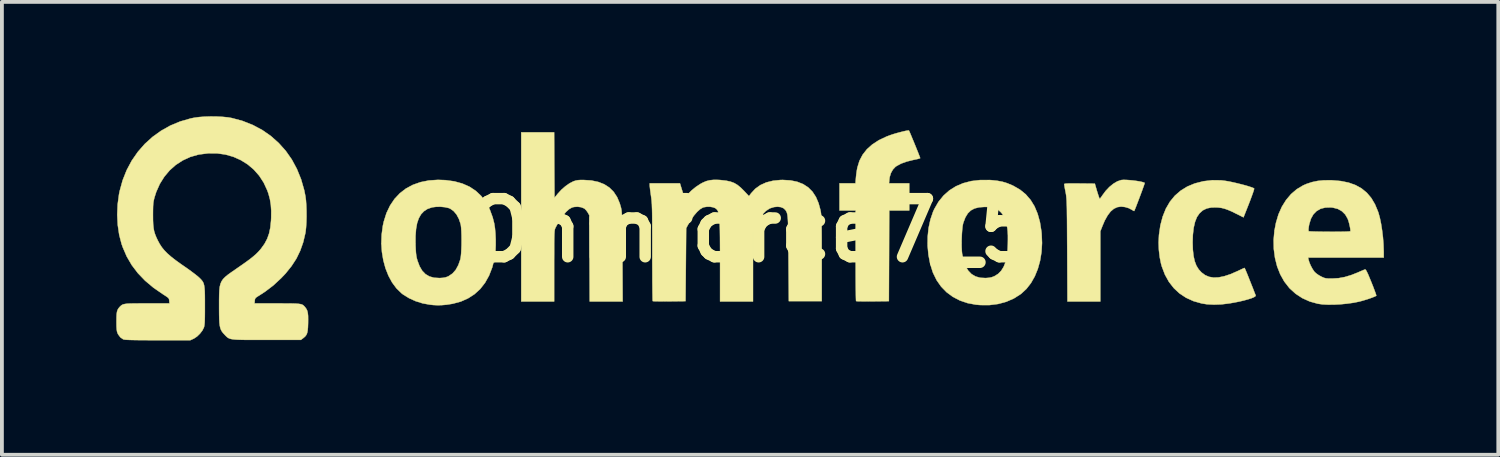
<source format=kicad_pcb>
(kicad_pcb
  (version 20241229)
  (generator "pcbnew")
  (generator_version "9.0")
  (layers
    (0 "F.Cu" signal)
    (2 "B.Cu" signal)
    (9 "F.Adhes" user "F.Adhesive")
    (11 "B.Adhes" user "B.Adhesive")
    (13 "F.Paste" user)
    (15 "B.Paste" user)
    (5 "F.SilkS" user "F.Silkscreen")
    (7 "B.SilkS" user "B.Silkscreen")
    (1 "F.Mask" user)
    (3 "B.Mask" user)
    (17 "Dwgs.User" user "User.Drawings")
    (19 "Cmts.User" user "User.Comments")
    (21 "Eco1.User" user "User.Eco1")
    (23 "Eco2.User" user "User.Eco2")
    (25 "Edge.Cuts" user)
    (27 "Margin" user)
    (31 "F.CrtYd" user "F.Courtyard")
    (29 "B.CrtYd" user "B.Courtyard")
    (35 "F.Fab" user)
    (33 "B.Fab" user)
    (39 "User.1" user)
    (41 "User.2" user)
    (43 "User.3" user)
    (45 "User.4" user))
  (footprint "Ohmforce7_5"
    (layer "F.Cu")
    (at 16.667 2.995)
    (property "Reference" "Ohmforce7_5" (at 0 0 0) (layer "F.SilkS") (effects (font (size 1.524 1.524) (thickness 0.3))))
    (attr through_hole)
    (fp_poly (pts (xy -5.178 -1.716) (xy -5.173 -0.859) (xy -5.08 -0.972) (xy -4.988 -1.072) (xy -4.884 -1.162) (xy -4.778 -1.236) (xy -4.678 -1.288) (xy -4.674 -1.289) (xy -4.617 -1.308) (xy -4.559 -1.319) (xy -4.486 -1.324) (xy -4.411 -1.324) (xy -4.207 -1.311) (xy -4.026 -1.273) (xy -3.869 -1.212) (xy -3.734 -1.125) (xy -3.622 -1.014) (xy -3.531 -0.876) (xy -3.462 -0.713) (xy -3.427 -0.593) (xy -3.422 -0.565) (xy -3.416 -0.534) (xy -3.412 -0.496) (xy -3.408 -0.45) (xy -3.405 -0.393) (xy -3.402 -0.322) (xy -3.4 -0.234) (xy -3.398 -0.127) (xy -3.396 0.002) (xy -3.395 0.155) (xy -3.393 0.335) (xy -3.392 0.544) (xy -3.391 0.699) (xy -3.385 1.863) (xy -4.249 1.863) (xy -4.254 0.732) (xy -4.259 -0.398) (xy -4.301 -0.473) (xy -4.338 -0.525) (xy -4.38 -0.568) (xy -4.398 -0.58) (xy -4.477 -0.611) (xy -4.571 -0.623) (xy -4.664 -0.616) (xy -4.715 -0.602) (xy -4.79 -0.559) (xy -4.871 -0.486) (xy -4.955 -0.385) (xy -5.04 -0.26) (xy -5.124 -0.114) (xy -5.146 -0.073) (xy -5.153 -0.057) (xy -5.16 -0.04) (xy -5.165 -0.019) (xy -5.17 0.008) (xy -5.173 0.045) (xy -5.176 0.093) (xy -5.178 0.157) (xy -5.18 0.238) (xy -5.181 0.341) (xy -5.181 0.466) (xy -5.181 0.618) (xy -5.182 0.8) (xy -5.182 0.931) (xy -5.182 1.863) (xy -6.045 1.863) (xy -6.045 -2.574) (xy -5.182 -2.574) (xy -5.178 -1.716)) (stroke (width 0.01) (type solid)) (fill yes) (layer "F.SilkS"))
    (fp_poly (pts (xy 4.123 -2.622) (xy 4.132 -2.604) (xy 4.152 -2.56) (xy 4.179 -2.496) (xy 4.212 -2.416) (xy 4.249 -2.328) (xy 4.287 -2.235) (xy 4.324 -2.143) (xy 4.358 -2.059) (xy 4.386 -1.987) (xy 4.407 -1.933) (xy 4.418 -1.902) (xy 4.42 -1.897) (xy 4.404 -1.89) (xy 4.362 -1.877) (xy 4.299 -1.863) (xy 4.229 -1.848) (xy 4.064 -1.807) (xy 3.92 -1.755) (xy 3.803 -1.692) (xy 3.77 -1.669) (xy 3.704 -1.599) (xy 3.652 -1.507) (xy 3.619 -1.401) (xy 3.611 -1.344) (xy 3.602 -1.236) (xy 4.132 -1.236) (xy 4.132 -0.525) (xy 3.607 -0.525) (xy 3.603 0.665) (xy 3.598 1.854) (xy 3.174 1.859) (xy 3.057 1.86) (xy 2.952 1.859) (xy 2.863 1.858) (xy 2.794 1.857) (xy 2.751 1.854) (xy 2.738 1.852) (xy 2.736 1.833) (xy 2.734 1.784) (xy 2.732 1.706) (xy 2.731 1.602) (xy 2.729 1.476) (xy 2.728 1.329) (xy 2.727 1.165) (xy 2.727 0.987) (xy 2.726 0.796) (xy 2.726 0.658) (xy 2.726 -0.525) (xy 2.303 -0.525) (xy 2.303 -1.236) (xy 2.513 -1.236) (xy 2.722 -1.236) (xy 2.734 -1.384) (xy 2.743 -1.472) (xy 2.756 -1.564) (xy 2.77 -1.643) (xy 2.772 -1.651) (xy 2.826 -1.827) (xy 2.909 -1.986) (xy 3.021 -2.129) (xy 3.163 -2.256) (xy 3.334 -2.367) (xy 3.536 -2.463) (xy 3.641 -2.502) (xy 3.716 -2.527) (xy 3.8 -2.552) (xy 3.886 -2.575) (xy 3.968 -2.596) (xy 4.038 -2.612) (xy 4.091 -2.621) (xy 4.12 -2.623) (xy 4.123 -2.622)) (stroke (width 0.01) (type solid)) (fill yes) (layer "F.SilkS"))
    (fp_poly (pts (xy 9.821 -1.326) (xy 9.909 -1.32) (xy 10.003 -1.311) (xy 10.095 -1.299) (xy 10.18 -1.285) (xy 10.248 -1.27) (xy 10.294 -1.255) (xy 10.308 -1.247) (xy 10.304 -1.23) (xy 10.29 -1.187) (xy 10.267 -1.123) (xy 10.239 -1.044) (xy 10.206 -0.955) (xy 10.171 -0.862) (xy 10.136 -0.77) (xy 10.103 -0.684) (xy 10.074 -0.609) (xy 10.051 -0.552) (xy 10.036 -0.518) (xy 10.032 -0.51) (xy 10.016 -0.515) (xy 9.984 -0.535) (xy 9.973 -0.542) (xy 9.891 -0.585) (xy 9.792 -0.615) (xy 9.692 -0.626) (xy 9.687 -0.626) (xy 9.589 -0.612) (xy 9.498 -0.569) (xy 9.413 -0.497) (xy 9.335 -0.394) (xy 9.26 -0.26) (xy 9.202 -0.124) (xy 9.144 0.023) (xy 9.144 1.863) (xy 8.282 1.863) (xy 8.276 0.521) (xy 8.274 0.275) (xy 8.273 0.061) (xy 8.272 -0.125) (xy 8.271 -0.284) (xy 8.269 -0.419) (xy 8.268 -0.533) (xy 8.266 -0.629) (xy 8.263 -0.708) (xy 8.261 -0.773) (xy 8.257 -0.828) (xy 8.253 -0.873) (xy 8.249 -0.912) (xy 8.244 -0.948) (xy 8.238 -0.983) (xy 8.233 -1.008) (xy 8.218 -1.084) (xy 8.206 -1.15) (xy 8.199 -1.197) (xy 8.196 -1.215) (xy 8.203 -1.222) (xy 8.226 -1.227) (xy 8.268 -1.231) (xy 8.332 -1.233) (xy 8.423 -1.233) (xy 8.543 -1.233) (xy 8.598 -1.232) (xy 9 -1.228) (xy 9.058 -1.029) (xy 9.082 -0.953) (xy 9.103 -0.89) (xy 9.118 -0.847) (xy 9.128 -0.83) (xy 9.128 -0.83) (xy 9.142 -0.843) (xy 9.168 -0.877) (xy 9.195 -0.917) (xy 9.283 -1.036) (xy 9.381 -1.14) (xy 9.485 -1.225) (xy 9.589 -1.287) (xy 9.687 -1.321) (xy 9.692 -1.322) (xy 9.746 -1.327) (xy 9.821 -1.326)) (stroke (width 0.01) (type solid)) (fill yes) (layer "F.SilkS"))
    (fp_poly (pts (xy 12.311 -1.315) (xy 12.417 -1.302) (xy 12.508 -1.287) (xy 12.61 -1.266) (xy 12.719 -1.241) (xy 12.828 -1.214) (xy 12.932 -1.187) (xy 13.025 -1.16) (xy 13.101 -1.135) (xy 13.155 -1.115) (xy 13.179 -1.101) (xy 13.177 -1.083) (xy 13.164 -1.037) (xy 13.141 -0.969) (xy 13.11 -0.884) (xy 13.073 -0.784) (xy 13.047 -0.716) (xy 12.9 -0.344) (xy 12.71 -0.439) (xy 12.591 -0.498) (xy 12.492 -0.54) (xy 12.408 -0.57) (xy 12.329 -0.59) (xy 12.25 -0.601) (xy 12.199 -0.605) (xy 12.058 -0.603) (xy 11.936 -0.578) (xy 11.833 -0.528) (xy 11.748 -0.453) (xy 11.679 -0.353) (xy 11.628 -0.225) (xy 11.592 -0.068) (xy 11.571 0.117) (xy 11.565 0.314) (xy 11.571 0.505) (xy 11.589 0.668) (xy 11.619 0.805) (xy 11.663 0.921) (xy 11.723 1.019) (xy 11.798 1.101) (xy 11.892 1.171) (xy 11.997 1.216) (xy 12.115 1.236) (xy 12.246 1.231) (xy 12.394 1.201) (xy 12.56 1.146) (xy 12.746 1.065) (xy 12.761 1.058) (xy 12.828 1.026) (xy 12.882 1.001) (xy 12.917 0.986) (xy 12.927 0.982) (xy 12.935 0.997) (xy 12.954 1.039) (xy 12.981 1.104) (xy 13.015 1.187) (xy 13.053 1.283) (xy 13.073 1.333) (xy 13.114 1.436) (xy 13.151 1.529) (xy 13.181 1.608) (xy 13.204 1.666) (xy 13.218 1.7) (xy 13.22 1.706) (xy 13.211 1.726) (xy 13.172 1.751) (xy 13.107 1.778) (xy 13.018 1.806) (xy 12.91 1.836) (xy 12.786 1.865) (xy 12.649 1.892) (xy 12.529 1.913) (xy 12.325 1.938) (xy 12.126 1.945) (xy 11.942 1.936) (xy 11.803 1.914) (xy 11.588 1.853) (xy 11.394 1.765) (xy 11.221 1.651) (xy 11.071 1.511) (xy 10.943 1.347) (xy 10.839 1.159) (xy 10.758 0.946) (xy 10.737 0.872) (xy 10.702 0.701) (xy 10.68 0.512) (xy 10.673 0.318) (xy 10.682 0.131) (xy 10.682 0.123) (xy 10.719 -0.133) (xy 10.78 -0.364) (xy 10.863 -0.571) (xy 10.969 -0.753) (xy 11.098 -0.911) (xy 11.25 -1.043) (xy 11.424 -1.151) (xy 11.621 -1.233) (xy 11.625 -1.234) (xy 11.848 -1.291) (xy 12.08 -1.318) (xy 12.311 -1.315)) (stroke (width 0.01) (type solid)) (fill yes) (layer "F.SilkS"))
    (fp_poly (pts (xy -8.032 -1.32) (xy -7.8 -1.288) (xy -7.59 -1.23) (xy -7.402 -1.147) (xy -7.237 -1.038) (xy -7.094 -0.903) (xy -6.972 -0.743) (xy -6.873 -0.557) (xy -6.795 -0.345) (xy -6.754 -0.185) (xy -6.735 -0.065) (xy -6.722 0.078) (xy -6.715 0.232) (xy -6.715 0.389) (xy -6.721 0.538) (xy -6.734 0.669) (xy -6.744 0.73) (xy -6.806 0.969) (xy -6.889 1.183) (xy -6.994 1.371) (xy -7.121 1.534) (xy -7.27 1.67) (xy -7.44 1.78) (xy -7.631 1.865) (xy -7.844 1.922) (xy -8.001 1.947) (xy -8.125 1.958) (xy -8.235 1.961) (xy -8.347 1.956) (xy -8.441 1.946) (xy -8.629 1.912) (xy -8.815 1.854) (xy -8.989 1.775) (xy -9.143 1.68) (xy -9.188 1.645) (xy -9.319 1.517) (xy -9.433 1.363) (xy -9.528 1.187) (xy -9.605 0.993) (xy -9.662 0.784) (xy -9.699 0.564) (xy -9.713 0.353) (xy -8.819 0.353) (xy -8.818 0.378) (xy -8.813 0.494) (xy -8.807 0.583) (xy -8.799 0.656) (xy -8.787 0.719) (xy -8.77 0.782) (xy -8.768 0.789) (xy -8.712 0.938) (xy -8.643 1.056) (xy -8.557 1.145) (xy -8.454 1.206) (xy -8.333 1.24) (xy -8.192 1.248) (xy -8.179 1.248) (xy -8.094 1.242) (xy -8.03 1.23) (xy -7.974 1.21) (xy -7.949 1.198) (xy -7.848 1.129) (xy -7.763 1.033) (xy -7.695 0.908) (xy -7.643 0.761) (xy -7.631 0.7) (xy -7.622 0.613) (xy -7.616 0.506) (xy -7.611 0.387) (xy -7.61 0.262) (xy -7.611 0.139) (xy -7.615 0.025) (xy -7.621 -0.072) (xy -7.63 -0.147) (xy -7.635 -0.169) (xy -7.681 -0.305) (xy -7.743 -0.42) (xy -7.82 -0.51) (xy -7.908 -0.572) (xy -7.953 -0.59) (xy -8.047 -0.611) (xy -8.159 -0.622) (xy -8.273 -0.621) (xy -8.375 -0.608) (xy -8.395 -0.603) (xy -8.506 -0.564) (xy -8.598 -0.504) (xy -8.673 -0.424) (xy -8.732 -0.321) (xy -8.776 -0.194) (xy -8.804 -0.04) (xy -8.818 0.142) (xy -8.819 0.353) (xy -9.713 0.353) (xy -9.714 0.338) (xy -9.706 0.108) (xy -9.675 -0.122) (xy -9.65 -0.235) (xy -9.58 -0.456) (xy -9.486 -0.653) (xy -9.369 -0.827) (xy -9.23 -0.975) (xy -9.07 -1.099) (xy -8.889 -1.196) (xy -8.688 -1.267) (xy -8.469 -1.311) (xy -8.231 -1.327) (xy -8.032 -1.32)) (stroke (width 0.01) (type solid)) (fill yes) (layer "F.SilkS"))
    (fp_poly (pts (xy 6.286 -1.32) (xy 6.443 -1.303) (xy 6.58 -1.277) (xy 6.71 -1.236) (xy 6.846 -1.179) (xy 6.866 -1.169) (xy 7.039 -1.069) (xy 7.188 -0.947) (xy 7.314 -0.802) (xy 7.418 -0.633) (xy 7.499 -0.439) (xy 7.56 -0.22) (xy 7.599 0.025) (xy 7.605 0.084) (xy 7.615 0.329) (xy 7.601 0.567) (xy 7.564 0.794) (xy 7.505 1.007) (xy 7.425 1.203) (xy 7.325 1.379) (xy 7.206 1.532) (xy 7.069 1.659) (xy 7.056 1.669) (xy 6.875 1.784) (xy 6.677 1.87) (xy 6.463 1.928) (xy 6.235 1.957) (xy 5.994 1.956) (xy 5.88 1.946) (xy 5.661 1.905) (xy 5.459 1.836) (xy 5.275 1.74) (xy 5.111 1.619) (xy 4.969 1.473) (xy 4.851 1.305) (xy 4.758 1.115) (xy 4.748 1.09) (xy 4.68 0.871) (xy 4.636 0.64) (xy 4.614 0.402) (xy 4.615 0.329) (xy 5.505 0.329) (xy 5.507 0.443) (xy 5.512 0.542) (xy 5.519 0.61) (xy 5.556 0.787) (xy 5.609 0.935) (xy 5.679 1.054) (xy 5.766 1.144) (xy 5.871 1.206) (xy 5.994 1.241) (xy 6.135 1.248) (xy 6.14 1.248) (xy 6.227 1.241) (xy 6.295 1.227) (xy 6.36 1.202) (xy 6.372 1.196) (xy 6.466 1.137) (xy 6.544 1.057) (xy 6.608 0.954) (xy 6.661 0.822) (xy 6.681 0.754) (xy 6.694 0.688) (xy 6.705 0.597) (xy 6.713 0.487) (xy 6.718 0.368) (xy 6.72 0.247) (xy 6.72 0.132) (xy 6.715 0.03) (xy 6.707 -0.05) (xy 6.707 -0.051) (xy 6.681 -0.187) (xy 6.649 -0.296) (xy 6.607 -0.384) (xy 6.553 -0.458) (xy 6.529 -0.483) (xy 6.466 -0.539) (xy 6.399 -0.577) (xy 6.322 -0.602) (xy 6.227 -0.615) (xy 6.113 -0.618) (xy 5.967 -0.608) (xy 5.846 -0.578) (xy 5.748 -0.526) (xy 5.668 -0.448) (xy 5.604 -0.343) (xy 5.553 -0.209) (xy 5.544 -0.178) (xy 5.531 -0.112) (xy 5.521 -0.02) (xy 5.513 0.089) (xy 5.508 0.208) (xy 5.505 0.329) (xy 4.615 0.329) (xy 4.616 0.165) (xy 4.64 -0.067) (xy 4.688 -0.288) (xy 4.757 -0.491) (xy 4.791 -0.565) (xy 4.9 -0.753) (xy 5.031 -0.914) (xy 5.182 -1.049) (xy 5.355 -1.158) (xy 5.547 -1.24) (xy 5.759 -1.295) (xy 5.989 -1.322) (xy 6.239 -1.323) (xy 6.286 -1.32)) (stroke (width 0.01) (type solid)) (fill yes) (layer "F.SilkS"))
    (fp_poly (pts (xy 15.223 -1.316) (xy 15.454 -1.296) (xy 15.659 -1.254) (xy 15.84 -1.189) (xy 15.998 -1.101) (xy 16.135 -0.988) (xy 16.252 -0.85) (xy 16.349 -0.685) (xy 16.429 -0.493) (xy 16.441 -0.458) (xy 16.476 -0.329) (xy 16.508 -0.175) (xy 16.535 -0.003) (xy 16.557 0.178) (xy 16.571 0.359) (xy 16.577 0.533) (xy 16.578 0.563) (xy 16.578 0.711) (xy 14.594 0.711) (xy 14.605 0.766) (xy 14.627 0.839) (xy 14.664 0.925) (xy 14.709 1.008) (xy 14.755 1.076) (xy 14.765 1.088) (xy 14.809 1.128) (xy 14.87 1.171) (xy 14.932 1.206) (xy 14.984 1.231) (xy 15.026 1.247) (xy 15.069 1.256) (xy 15.123 1.26) (xy 15.196 1.261) (xy 15.231 1.261) (xy 15.395 1.251) (xy 15.557 1.221) (xy 15.727 1.17) (xy 15.901 1.101) (xy 15.971 1.07) (xy 16.031 1.045) (xy 16.073 1.027) (xy 16.088 1.022) (xy 16.1 1.026) (xy 16.115 1.045) (xy 16.136 1.084) (xy 16.165 1.144) (xy 16.201 1.23) (xy 16.248 1.344) (xy 16.253 1.356) (xy 16.293 1.456) (xy 16.327 1.546) (xy 16.355 1.621) (xy 16.374 1.676) (xy 16.383 1.707) (xy 16.383 1.711) (xy 16.362 1.724) (xy 16.315 1.744) (xy 16.25 1.769) (xy 16.173 1.796) (xy 16.09 1.822) (xy 16.009 1.846) (xy 15.937 1.865) (xy 15.785 1.896) (xy 15.619 1.919) (xy 15.447 1.936) (xy 15.277 1.945) (xy 15.116 1.946) (xy 14.972 1.939) (xy 14.853 1.922) (xy 14.851 1.922) (xy 14.638 1.863) (xy 14.443 1.775) (xy 14.267 1.66) (xy 14.11 1.518) (xy 14.097 1.503) (xy 13.968 1.337) (xy 13.863 1.149) (xy 13.782 0.943) (xy 13.726 0.721) (xy 13.695 0.488) (xy 13.69 0.247) (xy 13.712 0.001) (xy 13.714 -0.006) (xy 14.603 -0.006) (xy 14.605 0.018) (xy 14.606 0.018) (xy 14.624 0.022) (xy 14.672 0.025) (xy 14.744 0.028) (xy 14.834 0.03) (xy 14.939 0.032) (xy 15.053 0.033) (xy 15.171 0.034) (xy 15.289 0.034) (xy 15.401 0.033) (xy 15.502 0.032) (xy 15.588 0.03) (xy 15.653 0.027) (xy 15.693 0.023) (xy 15.703 0.021) (xy 15.705 -0.005) (xy 15.699 -0.054) (xy 15.687 -0.117) (xy 15.671 -0.185) (xy 15.653 -0.25) (xy 15.634 -0.303) (xy 15.633 -0.307) (xy 15.568 -0.419) (xy 15.481 -0.505) (xy 15.373 -0.566) (xy 15.244 -0.599) (xy 15.19 -0.605) (xy 15.047 -0.601) (xy 14.923 -0.57) (xy 14.818 -0.51) (xy 14.733 -0.424) (xy 14.669 -0.31) (xy 14.625 -0.17) (xy 14.614 -0.113) (xy 14.606 -0.053) (xy 14.603 -0.006) (xy 13.714 -0.006) (xy 13.751 -0.2) (xy 13.817 -0.422) (xy 13.906 -0.622) (xy 14.017 -0.8) (xy 14.147 -0.954) (xy 14.297 -1.082) (xy 14.464 -1.182) (xy 14.553 -1.221) (xy 14.696 -1.268) (xy 14.843 -1.299) (xy 15.001 -1.315) (xy 15.18 -1.317) (xy 15.223 -1.316)) (stroke (width 0.01) (type solid)) (fill yes) (layer "F.SilkS"))
    (fp_poly (pts (xy -0.868 -1.326) (xy -0.805 -1.321) (xy -0.667 -1.305) (xy -0.554 -1.28) (xy -0.458 -1.244) (xy -0.371 -1.192) (xy -0.284 -1.12) (xy -0.199 -1.035) (xy -0.072 -0.9) (xy -0.015 -0.976) (xy 0.095 -1.095) (xy 0.228 -1.19) (xy 0.383 -1.26) (xy 0.56 -1.304) (xy 0.757 -1.324) (xy 0.813 -1.325) (xy 1.015 -1.313) (xy 1.193 -1.277) (xy 1.348 -1.216) (xy 1.481 -1.13) (xy 1.593 -1.018) (xy 1.684 -0.879) (xy 1.754 -0.714) (xy 1.799 -0.55) (xy 1.806 -0.516) (xy 1.813 -0.482) (xy 1.818 -0.447) (xy 1.822 -0.408) (xy 1.826 -0.361) (xy 1.829 -0.305) (xy 1.831 -0.236) (xy 1.833 -0.151) (xy 1.834 -0.048) (xy 1.835 0.076) (xy 1.836 0.224) (xy 1.836 0.399) (xy 1.836 0.603) (xy 1.837 0.737) (xy 1.837 1.854) (xy 0.974 1.854) (xy 0.965 0.737) (xy 0.963 0.51) (xy 0.962 0.315) (xy 0.96 0.148) (xy 0.958 0.008) (xy 0.956 -0.109) (xy 0.953 -0.205) (xy 0.949 -0.283) (xy 0.944 -0.345) (xy 0.939 -0.393) (xy 0.932 -0.431) (xy 0.924 -0.461) (xy 0.915 -0.486) (xy 0.903 -0.507) (xy 0.89 -0.529) (xy 0.885 -0.536) (xy 0.836 -0.583) (xy 0.764 -0.613) (xy 0.678 -0.623) (xy 0.585 -0.614) (xy 0.491 -0.585) (xy 0.465 -0.574) (xy 0.37 -0.51) (xy 0.278 -0.418) (xy 0.192 -0.302) (xy 0.115 -0.166) (xy 0.075 -0.078) (xy 0.034 0.023) (xy 0.034 1.863) (xy -0.83 1.863) (xy -0.83 0.809) (xy -0.83 0.566) (xy -0.831 0.355) (xy -0.832 0.173) (xy -0.834 0.017) (xy -0.837 -0.113) (xy -0.842 -0.222) (xy -0.848 -0.311) (xy -0.856 -0.383) (xy -0.865 -0.44) (xy -0.877 -0.484) (xy -0.891 -0.518) (xy -0.908 -0.544) (xy -0.928 -0.564) (xy -0.95 -0.581) (xy -0.956 -0.586) (xy -1.015 -0.609) (xy -1.092 -0.622) (xy -1.175 -0.622) (xy -1.252 -0.61) (xy -1.277 -0.603) (xy -1.351 -0.56) (xy -1.432 -0.488) (xy -1.515 -0.391) (xy -1.598 -0.273) (xy -1.678 -0.136) (xy -1.678 -0.135) (xy -1.719 -0.059) (xy -1.727 0.897) (xy -1.736 1.854) (xy -2.16 1.859) (xy -2.277 1.86) (xy -2.382 1.859) (xy -2.471 1.858) (xy -2.54 1.857) (xy -2.583 1.854) (xy -2.596 1.852) (xy -2.598 1.833) (xy -2.6 1.784) (xy -2.601 1.706) (xy -2.603 1.601) (xy -2.604 1.474) (xy -2.606 1.326) (xy -2.606 1.161) (xy -2.607 0.979) (xy -2.608 0.786) (xy -2.608 0.582) (xy -2.608 0.577) (xy -2.608 0.338) (xy -2.608 0.129) (xy -2.609 -0.05) (xy -2.609 -0.204) (xy -2.61 -0.335) (xy -2.611 -0.446) (xy -2.613 -0.539) (xy -2.616 -0.617) (xy -2.618 -0.683) (xy -2.622 -0.739) (xy -2.626 -0.788) (xy -2.631 -0.833) (xy -2.637 -0.877) (xy -2.642 -0.912) (xy -2.654 -1) (xy -2.665 -1.08) (xy -2.672 -1.144) (xy -2.675 -1.183) (xy -2.675 -1.187) (xy -2.675 -1.236) (xy -1.882 -1.236) (xy -1.829 -1.063) (xy -1.806 -0.99) (xy -1.785 -0.93) (xy -1.77 -0.89) (xy -1.763 -0.876) (xy -1.747 -0.882) (xy -1.716 -0.908) (xy -1.676 -0.95) (xy -1.672 -0.955) (xy -1.579 -1.048) (xy -1.467 -1.14) (xy -1.348 -1.219) (xy -1.286 -1.253) (xy -1.194 -1.293) (xy -1.099 -1.317) (xy -0.993 -1.328) (xy -0.868 -1.326)) (stroke (width 0.01) (type solid)) (fill yes) (layer "F.SilkS"))
    (fp_poly (pts (xy -14.031 -2.988) (xy -13.875 -2.98) (xy -13.735 -2.966) (xy -13.637 -2.949) (xy -13.353 -2.872) (xy -13.087 -2.767) (xy -12.839 -2.635) (xy -12.612 -2.477) (xy -12.407 -2.294) (xy -12.223 -2.089) (xy -12.063 -1.861) (xy -11.929 -1.612) (xy -11.82 -1.344) (xy -11.738 -1.058) (xy -11.706 -0.898) (xy -11.692 -0.79) (xy -11.683 -0.66) (xy -11.678 -0.515) (xy -11.677 -0.364) (xy -11.681 -0.218) (xy -11.689 -0.083) (xy -11.701 0.03) (xy -11.707 0.067) (xy -11.764 0.308) (xy -11.842 0.53) (xy -11.943 0.738) (xy -12.071 0.935) (xy -12.227 1.129) (xy -12.344 1.252) (xy -12.548 1.441) (xy -12.762 1.604) (xy -12.914 1.703) (xy -12.972 1.739) (xy -13.007 1.765) (xy -13.025 1.79) (xy -13.033 1.819) (xy -13.035 1.843) (xy -13.041 1.913) (xy -12.446 1.913) (xy -12.281 1.914) (xy -12.146 1.914) (xy -12.038 1.916) (xy -11.953 1.919) (xy -11.888 1.924) (xy -11.838 1.931) (xy -11.801 1.941) (xy -11.773 1.955) (xy -11.75 1.973) (xy -11.729 1.995) (xy -11.712 2.015) (xy -11.681 2.058) (xy -11.658 2.106) (xy -11.644 2.165) (xy -11.636 2.24) (xy -11.635 2.338) (xy -11.636 2.431) (xy -11.64 2.543) (xy -11.648 2.627) (xy -11.661 2.69) (xy -11.681 2.738) (xy -11.71 2.777) (xy -11.751 2.814) (xy -11.763 2.823) (xy -11.825 2.87) (xy -12.724 2.87) (xy -12.929 2.87) (xy -13.103 2.87) (xy -13.249 2.87) (xy -13.37 2.868) (xy -13.469 2.865) (xy -13.548 2.861) (xy -13.611 2.854) (xy -13.66 2.846) (xy -13.699 2.834) (xy -13.73 2.819) (xy -13.757 2.801) (xy -13.781 2.779) (xy -13.807 2.753) (xy -13.83 2.728) (xy -13.868 2.687) (xy -13.898 2.647) (xy -13.921 2.605) (xy -13.939 2.556) (xy -13.952 2.497) (xy -13.961 2.422) (xy -13.966 2.327) (xy -13.969 2.209) (xy -13.97 2.063) (xy -13.97 1.992) (xy -13.97 1.824) (xy -13.968 1.685) (xy -13.963 1.571) (xy -13.953 1.478) (xy -13.934 1.401) (xy -13.906 1.335) (xy -13.866 1.276) (xy -13.811 1.22) (xy -13.741 1.162) (xy -13.652 1.098) (xy -13.543 1.023) (xy -13.502 0.994) (xy -13.359 0.895) (xy -13.241 0.811) (xy -13.144 0.739) (xy -13.065 0.675) (xy -12.998 0.616) (xy -12.942 0.56) (xy -12.891 0.503) (xy -12.867 0.474) (xy -12.777 0.348) (xy -12.708 0.217) (xy -12.658 0.076) (xy -12.625 -0.082) (xy -12.607 -0.263) (xy -12.604 -0.33) (xy -12.602 -0.513) (xy -12.613 -0.674) (xy -12.637 -0.821) (xy -12.676 -0.965) (xy -12.706 -1.05) (xy -12.8 -1.254) (xy -12.918 -1.436) (xy -13.06 -1.597) (xy -13.222 -1.734) (xy -13.402 -1.846) (xy -13.597 -1.933) (xy -13.806 -1.992) (xy -14.025 -2.023) (xy -14.253 -2.024) (xy -14.487 -1.994) (xy -14.516 -1.989) (xy -14.729 -1.928) (xy -14.926 -1.837) (xy -15.107 -1.719) (xy -15.268 -1.576) (xy -15.408 -1.409) (xy -15.526 -1.22) (xy -15.619 -1.011) (xy -15.666 -0.864) (xy -15.68 -0.807) (xy -15.691 -0.753) (xy -15.698 -0.696) (xy -15.702 -0.628) (xy -15.704 -0.542) (xy -15.705 -0.431) (xy -15.705 -0.406) (xy -15.704 -0.267) (xy -15.699 -0.155) (xy -15.689 -0.061) (xy -15.674 0.02) (xy -15.65 0.098) (xy -15.618 0.178) (xy -15.578 0.262) (xy -15.528 0.355) (xy -15.472 0.441) (xy -15.406 0.522) (xy -15.327 0.603) (xy -15.231 0.687) (xy -15.115 0.778) (xy -14.975 0.879) (xy -14.868 0.953) (xy -14.773 1.019) (xy -14.681 1.087) (xy -14.597 1.15) (xy -14.528 1.205) (xy -14.484 1.245) (xy -14.447 1.282) (xy -14.417 1.317) (xy -14.393 1.353) (xy -14.375 1.394) (xy -14.362 1.445) (xy -14.353 1.51) (xy -14.347 1.592) (xy -14.344 1.695) (xy -14.343 1.824) (xy -14.343 1.983) (xy -14.343 1.996) (xy -14.343 2.142) (xy -14.344 2.258) (xy -14.346 2.349) (xy -14.349 2.419) (xy -14.354 2.471) (xy -14.36 2.511) (xy -14.368 2.542) (xy -14.369 2.545) (xy -14.41 2.626) (xy -14.473 2.707) (xy -14.548 2.78) (xy -14.627 2.833) (xy -14.639 2.839) (xy -14.724 2.878) (xy -15.579 2.878) (xy -15.781 2.878) (xy -15.952 2.877) (xy -16.093 2.876) (xy -16.209 2.874) (xy -16.301 2.872) (xy -16.372 2.869) (xy -16.423 2.866) (xy -16.459 2.861) (xy -16.481 2.856) (xy -16.485 2.855) (xy -16.56 2.803) (xy -16.619 2.724) (xy -16.636 2.688) (xy -16.648 2.649) (xy -16.656 2.593) (xy -16.661 2.515) (xy -16.662 2.409) (xy -16.662 2.389) (xy -16.661 2.278) (xy -16.657 2.194) (xy -16.648 2.132) (xy -16.633 2.085) (xy -16.611 2.046) (xy -16.581 2.009) (xy -16.581 2.009) (xy -16.557 1.985) (xy -16.535 1.965) (xy -16.51 1.949) (xy -16.479 1.937) (xy -16.439 1.928) (xy -16.385 1.921) (xy -16.315 1.917) (xy -16.224 1.915) (xy -16.109 1.914) (xy -15.965 1.913) (xy -15.858 1.913) (xy -15.272 1.913) (xy -15.277 1.844) (xy -15.281 1.812) (xy -15.289 1.788) (xy -15.307 1.765) (xy -15.341 1.739) (xy -15.395 1.703) (xy -15.441 1.674) (xy -15.692 1.501) (xy -15.912 1.316) (xy -16.101 1.119) (xy -16.262 0.907) (xy -16.394 0.68) (xy -16.499 0.436) (xy -16.527 0.357) (xy -16.59 0.116) (xy -16.628 -0.142) (xy -16.642 -0.41) (xy -16.631 -0.682) (xy -16.595 -0.95) (xy -16.578 -1.034) (xy -16.5 -1.317) (xy -16.394 -1.583) (xy -16.261 -1.832) (xy -16.102 -2.061) (xy -15.92 -2.269) (xy -15.716 -2.454) (xy -15.492 -2.615) (xy -15.25 -2.751) (xy -14.99 -2.859) (xy -14.715 -2.938) (xy -14.622 -2.957) (xy -14.498 -2.974) (xy -14.352 -2.985) (xy -14.193 -2.99) (xy -14.031 -2.988)) (stroke (width 0.01) (type solid)) (fill yes) (layer "F.SilkS")))
  (gr_rect
    (start -3 -3)
    (end 36.25 8.878)
    (stroke (width 0.1) (type default))
    (fill no)
    (layer "Edge.Cuts")))
</source>
